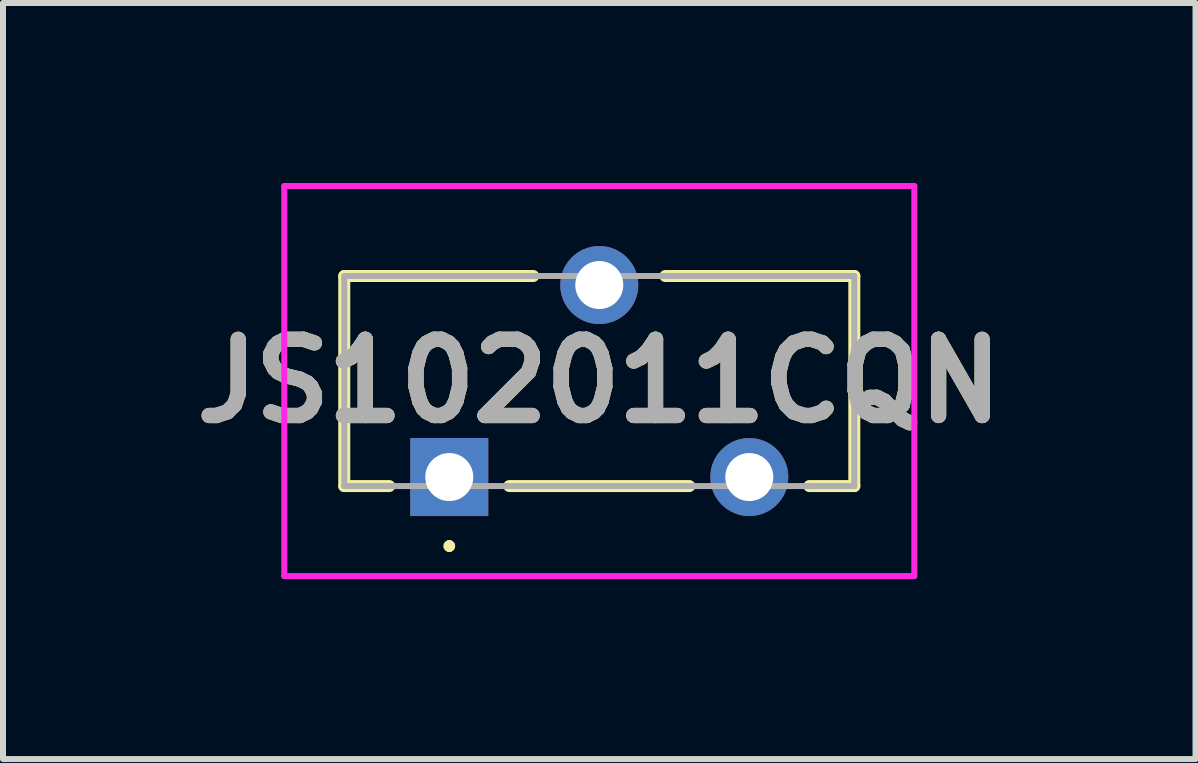
<source format=kicad_pcb>
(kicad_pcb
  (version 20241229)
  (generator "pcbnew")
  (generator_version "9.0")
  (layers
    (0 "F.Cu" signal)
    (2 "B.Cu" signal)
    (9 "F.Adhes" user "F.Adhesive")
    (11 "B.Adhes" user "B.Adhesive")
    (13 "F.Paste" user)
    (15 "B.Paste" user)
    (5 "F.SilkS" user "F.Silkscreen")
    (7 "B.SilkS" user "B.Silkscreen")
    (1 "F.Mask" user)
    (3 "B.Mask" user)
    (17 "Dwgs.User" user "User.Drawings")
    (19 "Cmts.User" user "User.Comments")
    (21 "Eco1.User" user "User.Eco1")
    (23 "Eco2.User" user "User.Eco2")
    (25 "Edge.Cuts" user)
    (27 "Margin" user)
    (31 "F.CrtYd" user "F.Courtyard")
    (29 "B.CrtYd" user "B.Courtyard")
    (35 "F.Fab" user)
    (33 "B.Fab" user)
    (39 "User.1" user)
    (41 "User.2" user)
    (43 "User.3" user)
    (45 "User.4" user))
  (footprint "JS102011CQN"
    (layer "F.Cu")
    (at 4.437 4.9)
    (property "Reference" "JS102011CQN" (at 2.5 -1.6 0) (layer "F.SilkS") (effects (font (size 1.27 1.27) (thickness 0.254))))
    (attr through_hole)
    (fp_line (start -1.75 -3.35) (end 1.4 -3.35) (stroke (width 0.2) (type solid)) (layer "F.SilkS"))
    (fp_line (start -1.75 0.15) (end -1.75 -3.35) (stroke (width 0.2) (type solid)) (layer "F.SilkS"))
    (fp_line (start -1 0.15) (end -1.75 0.15) (stroke (width 0.2) (type solid)) (layer "F.SilkS"))
    (fp_line (start 0 1.1) (end 0 1.1) (stroke (width 0.1) (type solid)) (layer "F.SilkS"))
    (fp_line (start 0 1.2) (end 0 1.2) (stroke (width 0.1) (type solid)) (layer "F.SilkS"))
    (fp_line (start 3.6 -3.35) (end 6.75 -3.35) (stroke (width 0.2) (type solid)) (layer "F.SilkS"))
    (fp_line (start 4 0.15) (end 1 0.15) (stroke (width 0.2) (type solid)) (layer "F.SilkS"))
    (fp_line (start 6.75 -3.35) (end 6.75 0.15) (stroke (width 0.2) (type solid)) (layer "F.SilkS"))
    (fp_line (start 6.75 0.15) (end 6 0.15) (stroke (width 0.2) (type solid)) (layer "F.SilkS"))
    (fp_arc (start 0 1.1) (mid 0.05 1.15) (end 0 1.2) (stroke (width 0.1) (type solid)) (layer "F.SilkS"))
    (fp_arc (start 0 1.2) (mid -0.05 1.15) (end 0 1.1) (stroke (width 0.1) (type solid)) (layer "F.SilkS"))
    (fp_line (start -2.75 -4.85) (end 7.75 -4.85) (stroke (width 0.1) (type solid)) (layer "F.CrtYd"))
    (fp_line (start -2.75 1.65) (end -2.75 -4.85) (stroke (width 0.1) (type solid)) (layer "F.CrtYd"))
    (fp_line (start 7.75 -4.85) (end 7.75 1.65) (stroke (width 0.1) (type solid)) (layer "F.CrtYd"))
    (fp_line (start 7.75 1.65) (end -2.75 1.65) (stroke (width 0.1) (type solid)) (layer "F.CrtYd"))
    (fp_line (start -1.75 -3.35) (end 6.75 -3.35) (stroke (width 0.1) (type solid)) (layer "F.Fab"))
    (fp_line (start -1.75 0.15) (end -1.75 -3.35) (stroke (width 0.1) (type solid)) (layer "F.Fab"))
    (fp_line (start 6.75 -3.35) (end 6.75 0.15) (stroke (width 0.1) (type solid)) (layer "F.Fab"))
    (fp_line (start 6.75 0.15) (end -1.75 0.15) (stroke (width 0.1) (type solid)) (layer "F.Fab"))
    (fp_text user "${REFERENCE}" (at 2.5 -1.6 0) (layer "F.Fab") (effects (font (size 1.27 1.27) (thickness 0.254))))
    (pad "1" thru_hole rect (at 0 0) (size 1.3 1.3) (drill 0.8) (layers "*.Cu" "*.Mask"))
    (pad "2" thru_hole circle (at 2.5 -3.2) (size 1.3 1.3) (drill 0.8) (layers "*.Cu" "*.Mask"))
    (pad "3" thru_hole circle (at 5 0) (size 1.3 1.3) (drill 0.8) (layers "*.Cu" "*.Mask")))
  (gr_rect
    (start -3 -3)
    (end 16.873 9.6)
    (stroke (width 0.1) (type default))
    (fill no)
    (layer "Edge.Cuts")))
</source>
